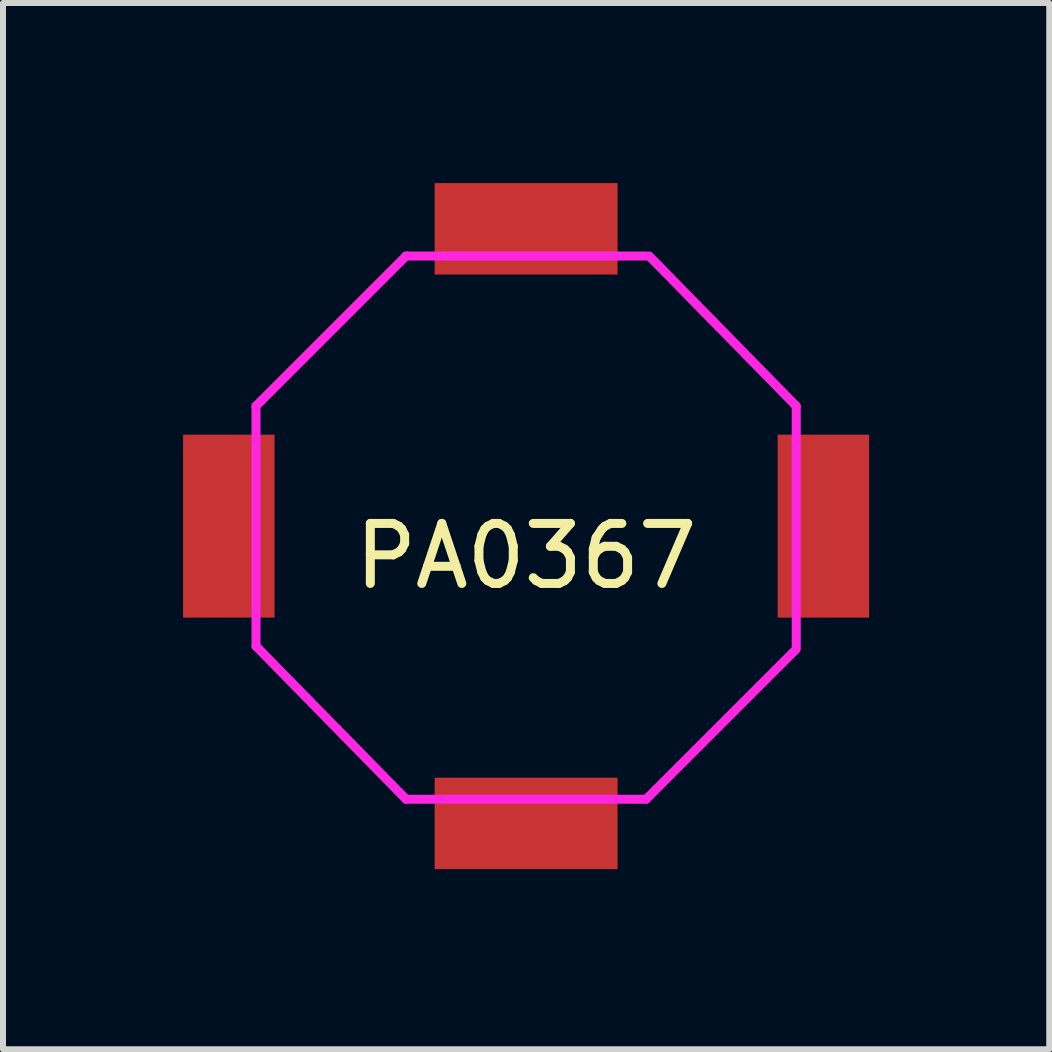
<source format=kicad_pcb>
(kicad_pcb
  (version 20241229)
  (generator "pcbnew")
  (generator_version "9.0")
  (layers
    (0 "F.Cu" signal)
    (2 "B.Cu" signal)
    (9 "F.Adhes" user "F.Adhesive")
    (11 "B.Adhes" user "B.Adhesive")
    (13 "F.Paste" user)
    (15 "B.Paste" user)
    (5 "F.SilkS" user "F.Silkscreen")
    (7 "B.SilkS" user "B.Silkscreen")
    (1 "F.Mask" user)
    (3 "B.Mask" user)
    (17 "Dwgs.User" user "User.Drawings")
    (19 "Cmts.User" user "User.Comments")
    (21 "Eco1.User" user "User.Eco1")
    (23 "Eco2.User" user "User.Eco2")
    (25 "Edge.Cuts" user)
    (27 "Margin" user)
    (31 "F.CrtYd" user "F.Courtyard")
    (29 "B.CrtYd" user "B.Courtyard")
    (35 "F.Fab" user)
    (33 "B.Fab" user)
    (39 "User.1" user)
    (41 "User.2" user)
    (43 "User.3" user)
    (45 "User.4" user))
  (footprint "PA0367"
    (layer "F.Cu")
    (at 5.715 5.715)
    (property "Reference" "PA0367" (at 0 0.5 0) (layer "F.SilkS") (effects (font (size 1 1) (thickness 0.15))))
    (attr through_hole)
    (fp_line (start -4.5 -2) (end -4.5 2) (stroke (width 0.15) (type solid)) (layer "F.CrtYd"))
    (fp_line (start -4.5 -2) (end -2 -4.5) (stroke (width 0.15) (type solid)) (layer "F.CrtYd"))
    (fp_line (start -2 -4.5) (end 2 -4.5) (stroke (width 0.15) (type solid)) (layer "F.CrtYd"))
    (fp_line (start -2 4.55) (end -4.5 2) (stroke (width 0.15) (type solid)) (layer "F.CrtYd"))
    (fp_line (start -2 4.55) (end 2 4.55) (stroke (width 0.15) (type solid)) (layer "F.CrtYd"))
    (fp_line (start 2 4.55) (end 4.5 2.05) (stroke (width 0.15) (type solid)) (layer "F.CrtYd"))
    (fp_line (start 4.5 -2) (end 2.05 -4.5) (stroke (width 0.15) (type solid)) (layer "F.CrtYd"))
    (fp_line (start 4.5 2) (end 4.5 -2) (stroke (width 0.15) (type solid)) (layer "F.CrtYd"))
    (pad "1" smd rect (at 0 -4.953) (size 3.048 1.524) (layers "F.Cu" "F.Mask" "F.Paste"))
    (pad "2" smd rect (at -4.953 0) (size 1.524 3.048) (layers "F.Cu" "F.Mask" "F.Paste"))
    (pad "3" smd rect (at 0 4.953) (size 3.048 1.524) (layers "F.Cu" "F.Mask" "F.Paste"))
    (pad "4" smd rect (at 4.953 0) (size 1.524 3.048) (layers "F.Cu" "F.Mask" "F.Paste")))
  (gr_rect
    (start -3 -3)
    (end 14.43 14.43)
    (stroke (width 0.1) (type default))
    (fill no)
    (layer "Edge.Cuts")))
</source>
